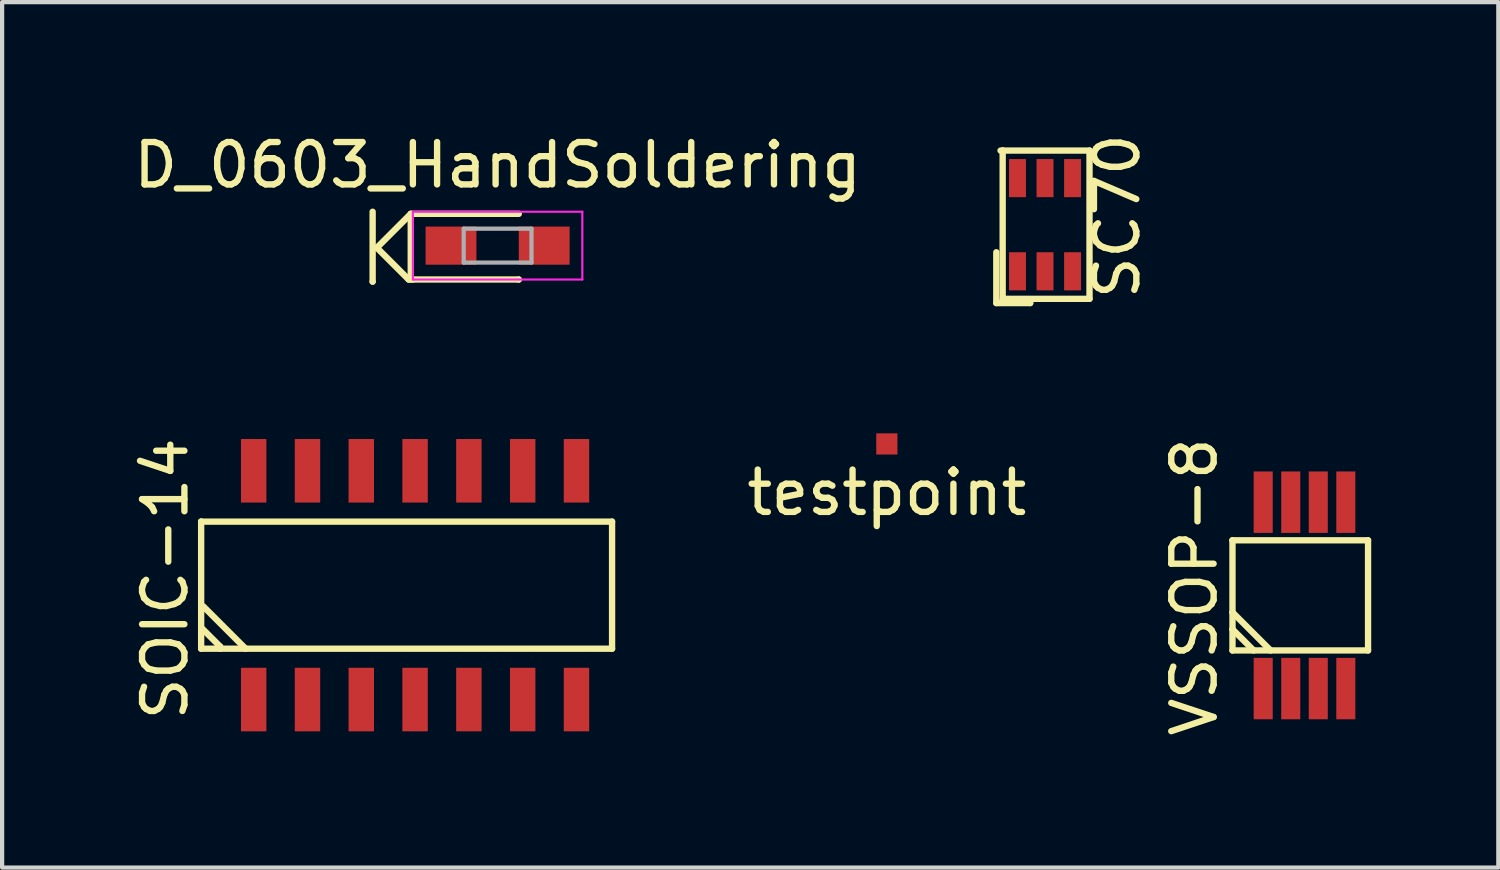
<source format=kicad_pcb>
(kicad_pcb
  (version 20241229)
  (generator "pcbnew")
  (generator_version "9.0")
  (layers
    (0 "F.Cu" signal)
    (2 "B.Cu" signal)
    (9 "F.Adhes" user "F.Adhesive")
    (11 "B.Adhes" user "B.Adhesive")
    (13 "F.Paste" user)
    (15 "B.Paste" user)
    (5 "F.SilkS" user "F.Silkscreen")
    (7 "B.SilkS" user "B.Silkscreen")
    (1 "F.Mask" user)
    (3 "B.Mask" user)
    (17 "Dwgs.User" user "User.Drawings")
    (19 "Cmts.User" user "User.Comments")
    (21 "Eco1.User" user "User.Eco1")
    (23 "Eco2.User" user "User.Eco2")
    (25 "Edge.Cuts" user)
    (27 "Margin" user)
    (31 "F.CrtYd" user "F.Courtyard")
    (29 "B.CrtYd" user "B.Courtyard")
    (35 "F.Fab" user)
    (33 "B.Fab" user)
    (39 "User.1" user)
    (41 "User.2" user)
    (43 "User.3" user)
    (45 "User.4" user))
  (footprint "D_0603_HandSoldering"
    (layer "F.Cu")
    (at 8.696 2.748)
    (property "Reference" "D_0603_HandSoldering" (at 0 -1.9 0) (layer "F.SilkS") (effects (font (size 1 1) (thickness 0.15))))
    (attr smd)
    (fp_line (start -2.95 -0.8) (end -2.95 0.85) (stroke (width 0.15) (type solid)) (layer "F.SilkS"))
    (fp_line (start -2.95 0.85) (end -2.95 0.85) (stroke (width 0.15) (type solid)) (layer "F.SilkS"))
    (fp_line (start -2.85 0.05) (end -2.1 0.8) (stroke (width 0.15) (type solid)) (layer "F.SilkS"))
    (fp_line (start -2.1 0.8) (end -2.1 0.8) (stroke (width 0.15) (type solid)) (layer "F.SilkS"))
    (fp_line (start -2.05 -0.75) (end -2.85 0.05) (stroke (width 0.15) (type solid)) (layer "F.SilkS"))
    (fp_line (start -2.05 -0.75) (end -2.05 0.8) (stroke (width 0.15) (type solid)) (layer "F.SilkS"))
    (fp_line (start -2.05 0.8) (end 0.5 0.8) (stroke (width 0.15) (type solid)) (layer "F.SilkS"))
    (fp_line (start -2 0.8) (end -2 0.8) (stroke (width 0.15) (type solid)) (layer "F.SilkS"))
    (fp_line (start 0.5 -0.75) (end -2.05 -0.75) (stroke (width 0.15) (type solid)) (layer "F.SilkS"))
    (fp_line (start 0.5 0.8) (end 0.5 0.8) (stroke (width 0.15) (type solid)) (layer "F.SilkS"))
    (fp_line (start -2 -0.8) (end -2 0.8) (stroke (width 0.05) (type solid)) (layer "F.CrtYd"))
    (fp_line (start -2 -0.8) (end 2 -0.8) (stroke (width 0.05) (type solid)) (layer "F.CrtYd"))
    (fp_line (start -2 0.8) (end 2 0.8) (stroke (width 0.05) (type solid)) (layer "F.CrtYd"))
    (fp_line (start 2 -0.8) (end 2 0.8) (stroke (width 0.05) (type solid)) (layer "F.CrtYd"))
    (fp_line (start -0.8 -0.4) (end 0.8 -0.4) (stroke (width 0.1) (type solid)) (layer "F.Fab"))
    (fp_line (start -0.8 0.4) (end -0.8 -0.4) (stroke (width 0.1) (type solid)) (layer "F.Fab"))
    (fp_line (start 0.8 -0.4) (end 0.8 0.4) (stroke (width 0.1) (type solid)) (layer "F.Fab"))
    (fp_line (start 0.8 0.4) (end -0.8 0.4) (stroke (width 0.1) (type solid)) (layer "F.Fab"))
    (pad "1" smd rect (at -1.1 0) (size 1.2 0.9) (layers "F.Cu" "F.Mask" "F.Paste"))
    (pad "2" smd rect (at 1.1 0) (size 1.2 0.9) (layers "F.Cu" "F.Mask" "F.Paste")))
  (footprint "VSSOP-8"
    (layer "F.Cu")
    (at 27.743 11.004)
    (property "Reference" "VSSOP-8" (at -2.6 -0.2 90) (layer "F.SilkS") (effects (font (size 1 1) (thickness 0.15))))
    (attr smd)
    (fp_line (start -1.7 -1.3) (end -1.7 -1.3) (stroke (width 0.15) (type solid)) (layer "F.SilkS"))
    (fp_line (start -1.7 -1.3) (end 1.5 -1.3) (stroke (width 0.15) (type solid)) (layer "F.SilkS"))
    (fp_line (start -1.7 0.4) (end -1.7 0.4) (stroke (width 0.15) (type solid)) (layer "F.SilkS"))
    (fp_line (start -1.7 0.8) (end -1.7 0.8) (stroke (width 0.15) (type solid)) (layer "F.SilkS"))
    (fp_line (start -1.7 1.3) (end -1.7 -1.3) (stroke (width 0.15) (type solid)) (layer "F.SilkS"))
    (fp_line (start -1.2 1.3) (end -1.7 0.8) (stroke (width 0.15) (type solid)) (layer "F.SilkS"))
    (fp_line (start -0.8 1.3) (end -1.7 0.4) (stroke (width 0.15) (type solid)) (layer "F.SilkS"))
    (fp_line (start 1.5 -1.3) (end 1.5 1.3) (stroke (width 0.15) (type solid)) (layer "F.SilkS"))
    (fp_line (start 1.5 1.3) (end -1.7 1.3) (stroke (width 0.15) (type solid)) (layer "F.SilkS"))
    (pad "1" smd rect (at -0.975 2.2) (size 0.45 1.45) (layers "F.Cu" "F.Mask" "F.Paste"))
    (pad "2" smd rect (at -0.325 2.2) (size 0.45 1.45) (layers "F.Cu" "F.Mask" "F.Paste"))
    (pad "3" smd rect (at 0.325 2.2) (size 0.45 1.45) (layers "F.Cu" "F.Mask" "F.Paste"))
    (pad "4" smd rect (at 0.975 2.2) (size 0.45 1.45) (layers "F.Cu" "F.Mask" "F.Paste"))
    (pad "5" smd rect (at 0.975 -2.2) (size 0.45 1.45) (layers "F.Cu" "F.Mask" "F.Paste"))
    (pad "6" smd rect (at 0.325 -2.2) (size 0.45 1.45) (layers "F.Cu" "F.Mask" "F.Paste"))
    (pad "7" smd rect (at -0.325 -2.2) (size 0.45 1.45) (layers "F.Cu" "F.Mask" "F.Paste"))
    (pad "8" smd rect (at -0.975 -2.2) (size 0.45 1.45) (layers "F.Cu" "F.Mask" "F.Paste")))
  (footprint "SC70"
    (layer "F.Cu")
    (at 21.618 2.254)
    (property "Reference" "SC70" (at 1.7 -0.2 90) (layer "F.SilkS") (effects (font (size 1 1) (thickness 0.15))))
    (attr smd)
    (fp_line (start -1.15 0.65) (end -1.15 1.85) (stroke (width 0.15) (type solid)) (layer "F.SilkS"))
    (fp_line (start -1.15 1.85) (end -0.35 1.85) (stroke (width 0.15) (type solid)) (layer "F.SilkS"))
    (fp_line (start -1.05 -1.75) (end 1.05 -1.75) (stroke (width 0.15) (type solid)) (layer "F.SilkS"))
    (fp_line (start -1 -1.75) (end -1 -1.75) (stroke (width 0.15) (type solid)) (layer "F.SilkS"))
    (fp_line (start -1 1.75) (end -1 -1.75) (stroke (width 0.15) (type solid)) (layer "F.SilkS"))
    (fp_line (start -0.35 1.85) (end -0.35 1.85) (stroke (width 0.15) (type solid)) (layer "F.SilkS"))
    (fp_line (start 1.05 -1.75) (end 1.05 1.75) (stroke (width 0.15) (type solid)) (layer "F.SilkS"))
    (fp_line (start 1.05 1.75) (end -1 1.75) (stroke (width 0.15) (type solid)) (layer "F.SilkS"))
    (pad "1" smd rect (at -0.65 1.1) (size 0.4 0.9) (layers "F.Cu" "F.Mask" "F.Paste"))
    (pad "2" smd rect (at 0 1.1) (size 0.4 0.9) (layers "F.Cu" "F.Mask" "F.Paste"))
    (pad "3" smd rect (at 0.65 1.1) (size 0.4 0.9) (layers "F.Cu" "F.Mask" "F.Paste"))
    (pad "4" smd rect (at 0.65 -1.1) (size 0.4 0.9) (layers "F.Cu" "F.Mask" "F.Paste"))
    (pad "5" smd rect (at 0 -1.1) (size 0.4 0.9) (layers "F.Cu" "F.Mask" "F.Paste"))
    (pad "6" smd rect (at -0.65 -1.1) (size 0.4 0.9) (layers "F.Cu" "F.Mask" "F.Paste")))
  (footprint "SOIC-14"
    (layer "F.Cu")
    (at 6.748 10.763)
    (property "Reference" "SOIC-14" (at -5.9 -0.15 90) (layer "F.SilkS") (effects (font (size 1 1) (thickness 0.15))))
    (attr through_hole)
    (fp_line (start -5.05 -1.5) (end -5.05 -1.5) (stroke (width 0.15) (type solid)) (layer "F.SilkS"))
    (fp_line (start -5.05 -1.5) (end 4.65 -1.5) (stroke (width 0.15) (type solid)) (layer "F.SilkS"))
    (fp_line (start -5.05 1) (end -4.6 1.45) (stroke (width 0.15) (type solid)) (layer "F.SilkS"))
    (fp_line (start -5.05 1.5) (end -5.05 -1.5) (stroke (width 0.15) (type solid)) (layer "F.SilkS"))
    (fp_line (start -5 0.5) (end -4 1.5) (stroke (width 0.15) (type solid)) (layer "F.SilkS"))
    (fp_line (start -4.6 1.45) (end -4.6 1.5) (stroke (width 0.15) (type solid)) (layer "F.SilkS"))
    (fp_line (start -4 1.5) (end -4 1.5) (stroke (width 0.15) (type solid)) (layer "F.SilkS"))
    (fp_line (start 4.65 -1.5) (end 4.65 1.5) (stroke (width 0.15) (type solid)) (layer "F.SilkS"))
    (fp_line (start 4.65 1.5) (end -5.05 1.5) (stroke (width 0.15) (type solid)) (layer "F.SilkS"))
    (pad "1" smd rect (at -3.81 2.7) (size 0.6 1.5) (layers "F.Cu" "F.Mask" "F.Paste"))
    (pad "2" smd rect (at -2.54 2.7) (size 0.6 1.5) (layers "F.Cu" "F.Mask" "F.Paste"))
    (pad "3" smd rect (at -1.27 2.7) (size 0.6 1.5) (layers "F.Cu" "F.Mask" "F.Paste"))
    (pad "4" smd rect (at 0 2.7) (size 0.6 1.5) (layers "F.Cu" "F.Mask" "F.Paste"))
    (pad "5" smd rect (at 1.27 2.7) (size 0.6 1.5) (layers "F.Cu" "F.Mask" "F.Paste"))
    (pad "6" smd rect (at 2.54 2.7) (size 0.6 1.5) (layers "F.Cu" "F.Mask" "F.Paste"))
    (pad "7" smd rect (at 3.81 2.7) (size 0.6 1.5) (layers "F.Cu" "F.Mask" "F.Paste"))
    (pad "8" smd rect (at 3.81 -2.7) (size 0.6 1.5) (layers "F.Cu" "F.Mask" "F.Paste"))
    (pad "9" smd rect (at 2.54 -2.7) (size 0.6 1.5) (layers "F.Cu" "F.Mask" "F.Paste"))
    (pad "10" smd rect (at 1.27 -2.7) (size 0.6 1.5) (layers "F.Cu" "F.Mask" "F.Paste"))
    (pad "11" smd rect (at 0 -2.7) (size 0.6 1.5) (layers "F.Cu" "F.Mask" "F.Paste"))
    (pad "12" smd rect (at -1.27 -2.7) (size 0.6 1.5) (layers "F.Cu" "F.Mask" "F.Paste"))
    (pad "13" smd rect (at -2.54 -2.7) (size 0.6 1.5) (layers "F.Cu" "F.Mask" "F.Paste"))
    (pad "14" smd rect (at -3.81 -2.7) (size 0.6 1.5) (layers "F.Cu" "F.Mask" "F.Paste")))
  (footprint "testpoint"
    (layer "F.Cu")
    (at 17.884 7.429)
    (property "Reference" "testpoint" (at 0 1.15 0) (layer "F.SilkS") (effects (font (size 1 1) (thickness 0.15))))
    (attr through_hole)
    (pad "1" smd rect (at 0 0) (size 0.5 0.5) (layers "F.Cu" "F.Mask" "F.Paste")))
  (gr_rect
    (start -3 -3)
    (end 32.318 17.429)
    (stroke (width 0.1) (type default))
    (fill no)
    (layer "Edge.Cuts")))
</source>
